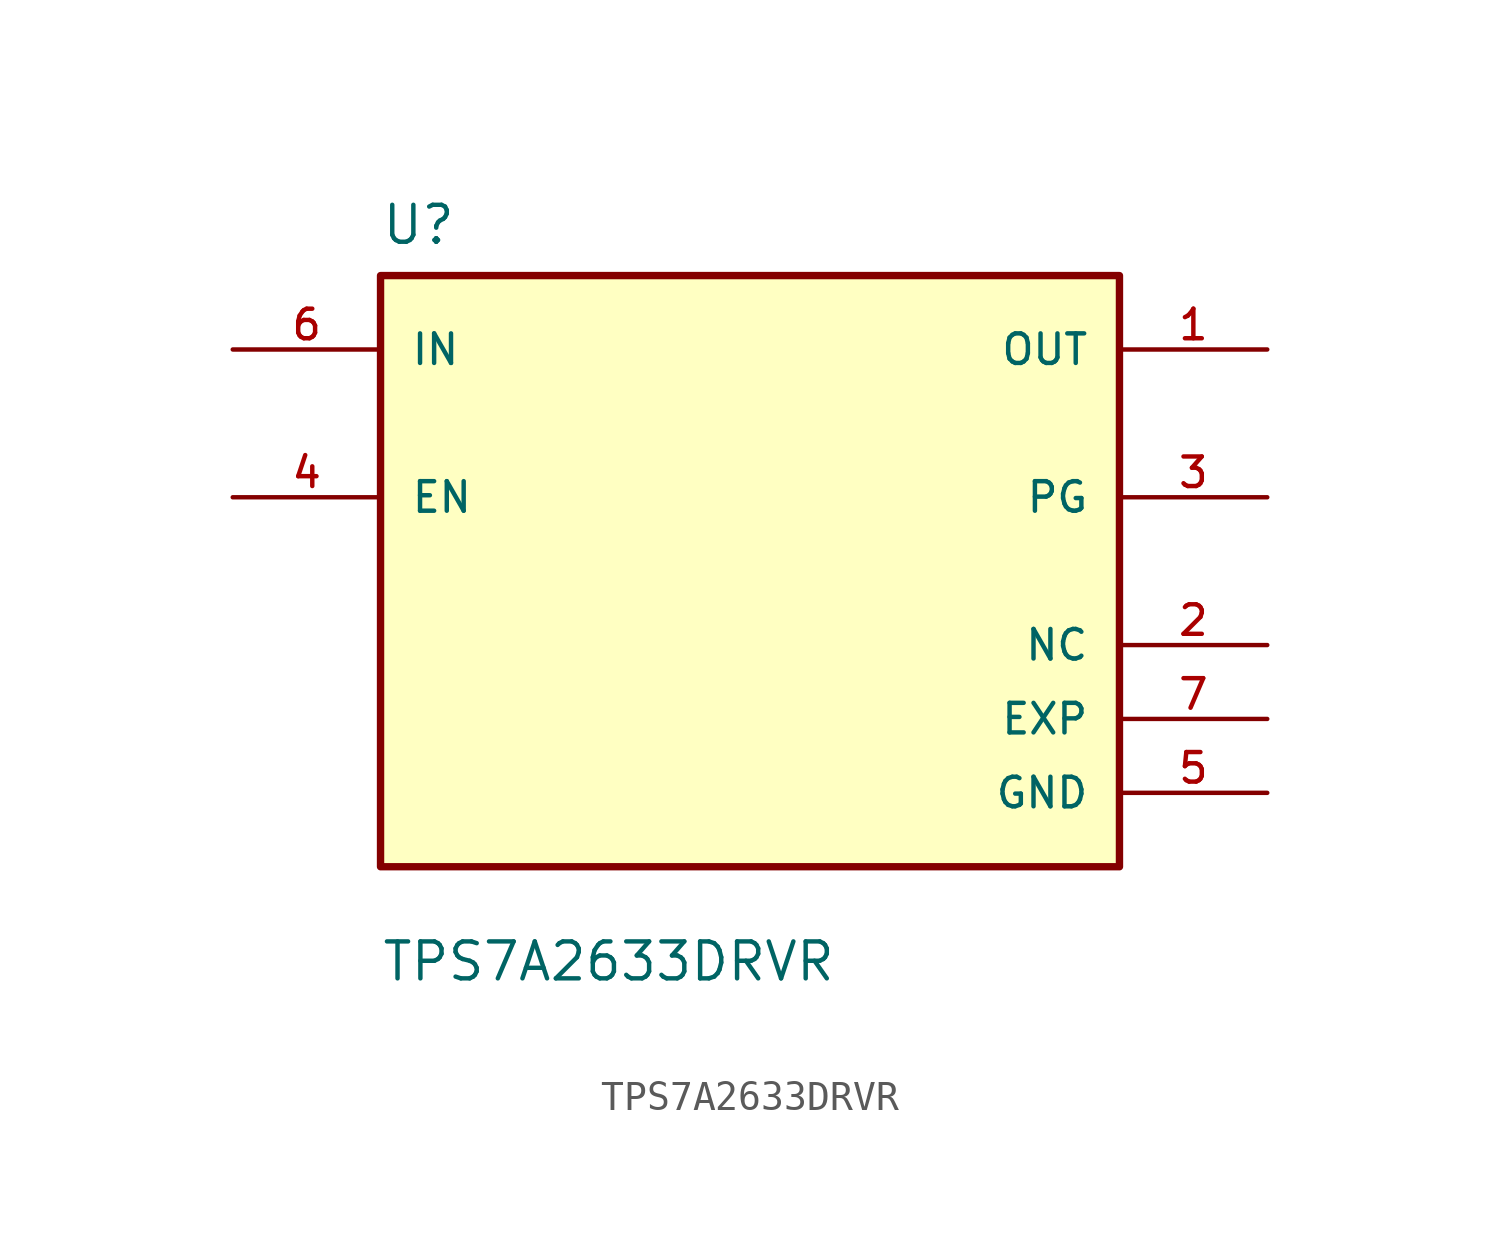
<source format=kicad_sym>
(kicad_symbol_lib
  (version 20211014)
  (generator kicad_symbol_editor)
  (symbol "TPS7A2633DRVR"
    (pin_names
      (offset 1.016))
    (property "Reference" "U"
      (at -12.7 11.16 0.0)
      (effects (font (size 1.27 1.27)) (justify bottom left)))
    (property "Value" "TPS7A2633DRVR"
      (at -12.7 -14.16 0.0)
      (effects (font (size 1.27 1.27)) (justify bottom left)))
    (symbol "TPS7A2633DRVR_0_0"
      (rectangle (start -12.7 -10.16) (end 12.7 10.16) (stroke (width 0.254)) (fill (type background)))
      (pin input line (at -17.78 7.62 0) (length 5.08) (name "IN" (effects (font (size 1.016 1.016)))) (number "6" (effects (font (size 1.016 1.016)))))
      (pin output line (at 17.78 2.54 180.0) (length 5.08) (name "PG" (effects (font (size 1.016 1.016)))) (number "3" (effects (font (size 1.016 1.016)))))
      (pin output line (at 17.78 7.62 180.0) (length 5.08) (name "OUT" (effects (font (size 1.016 1.016)))) (number "1" (effects (font (size 1.016 1.016)))))
      (pin power_in line (at 17.78 -7.62 180.0) (length 5.08) (name "GND" (effects (font (size 1.016 1.016)))) (number "5" (effects (font (size 1.016 1.016)))))
      (pin input line (at -17.78 2.54 0) (length 5.08) (name "EN" (effects (font (size 1.016 1.016)))) (number "4" (effects (font (size 1.016 1.016)))))
      (pin passive line (at 17.78 -2.54 180.0) (length 5.08) (name "NC" (effects (font (size 1.016 1.016)))) (number "2" (effects (font (size 1.016 1.016)))))
      (pin passive line (at 17.78 -5.08 180.0) (length 5.08) (name "EXP" (effects (font (size 1.016 1.016)))) (number "7" (effects (font (size 1.016 1.016))))))))
</source>
